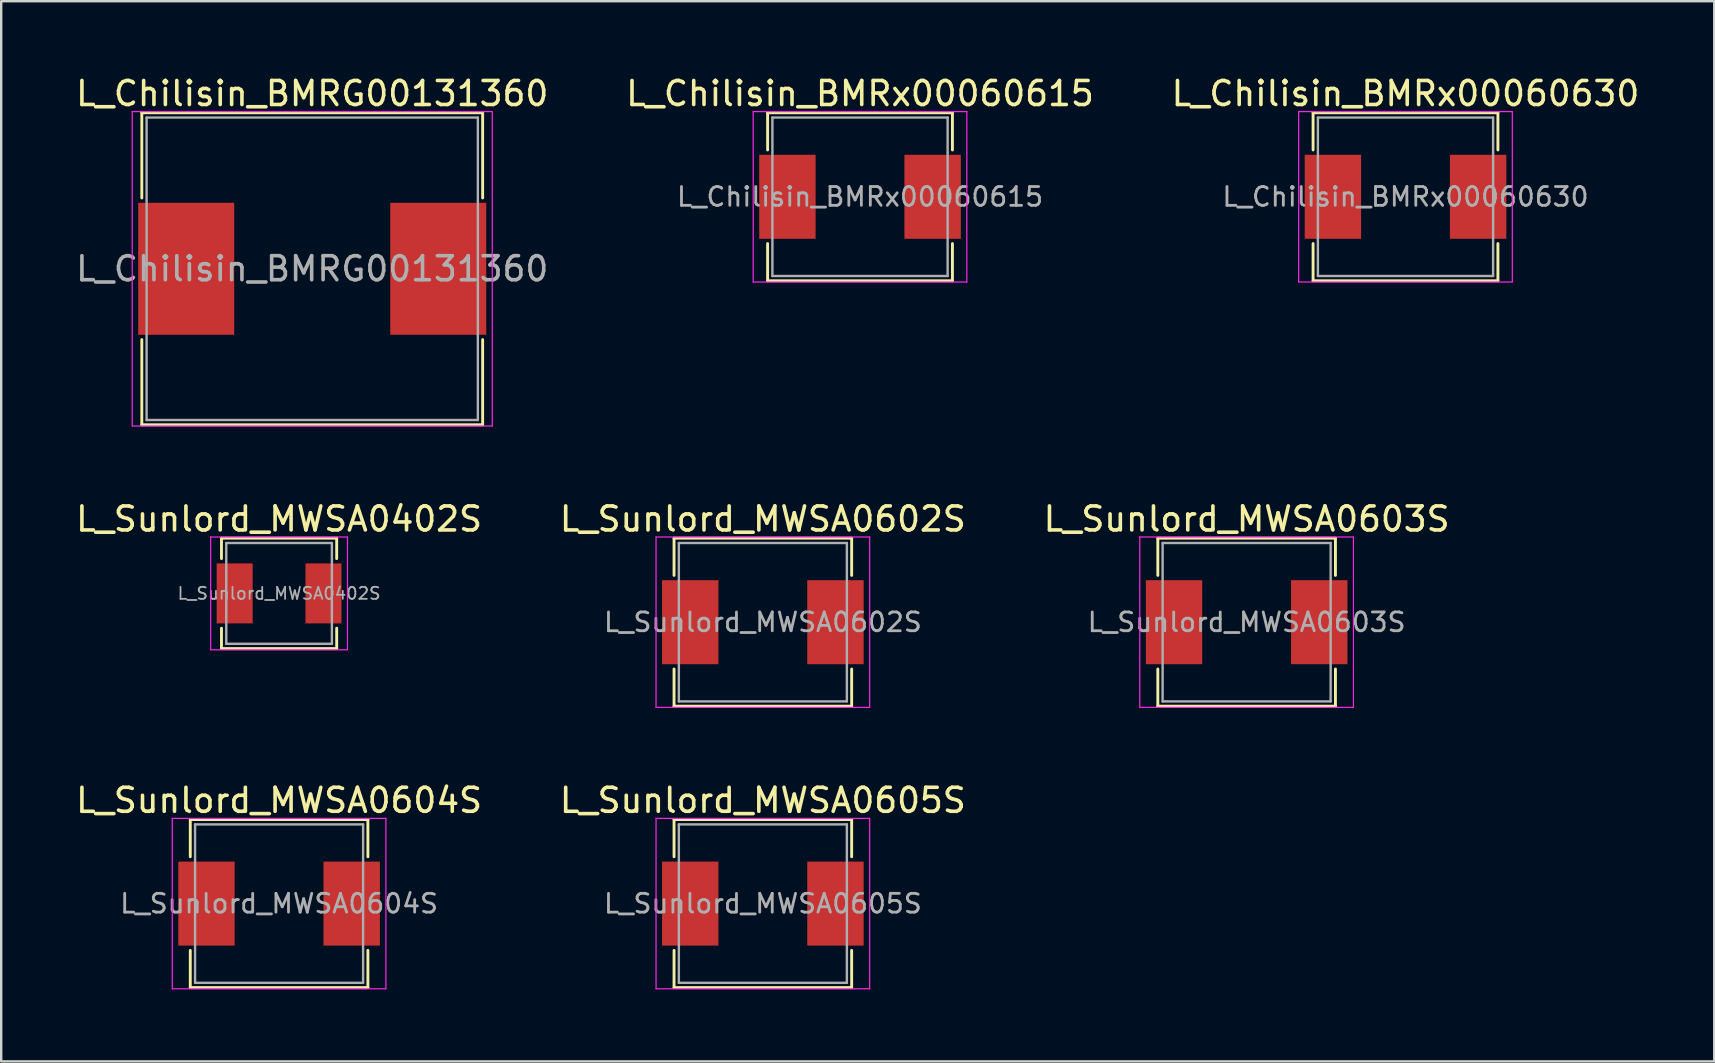
<source format=kicad_pcb>
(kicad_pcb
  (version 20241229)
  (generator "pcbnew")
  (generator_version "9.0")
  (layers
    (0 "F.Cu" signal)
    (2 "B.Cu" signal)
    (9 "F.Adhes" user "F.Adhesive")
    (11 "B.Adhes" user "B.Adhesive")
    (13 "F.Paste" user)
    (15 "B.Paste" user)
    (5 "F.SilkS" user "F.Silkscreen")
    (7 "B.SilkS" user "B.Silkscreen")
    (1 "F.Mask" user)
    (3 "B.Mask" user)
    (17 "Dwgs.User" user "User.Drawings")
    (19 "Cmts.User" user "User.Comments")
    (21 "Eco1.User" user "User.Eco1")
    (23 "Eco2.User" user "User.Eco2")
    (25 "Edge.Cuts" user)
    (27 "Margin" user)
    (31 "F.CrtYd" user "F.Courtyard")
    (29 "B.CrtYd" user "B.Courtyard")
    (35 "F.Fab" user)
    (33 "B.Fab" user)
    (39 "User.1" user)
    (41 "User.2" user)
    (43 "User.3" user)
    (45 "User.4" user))
  (footprint "L_Sunlord_MWSA0605S"
    (layer "F.Cu")
    (at 28.732 34.595)
    (property "Reference" "L_Sunlord_MWSA0605S" (at 0 -4.3 0) (layer "F.SilkS") (effects (font (size 1 1) (thickness 0.15))))
    (attr smd)
    (fp_line (start -3.7 -3.5) (end -3.7 -1.95) (stroke (width 0.12) (type solid)) (layer "F.SilkS"))
    (fp_line (start -3.7 -3.5) (end 3.7 -3.5) (stroke (width 0.12) (type solid)) (layer "F.SilkS"))
    (fp_line (start -3.7 3.5) (end -3.7 1.95) (stroke (width 0.12) (type solid)) (layer "F.SilkS"))
    (fp_line (start -3.7 3.5) (end 3.7 3.5) (stroke (width 0.12) (type solid)) (layer "F.SilkS"))
    (fp_line (start 3.7 -3.5) (end 3.7 -1.95) (stroke (width 0.12) (type solid)) (layer "F.SilkS"))
    (fp_line (start 3.7 3.5) (end 3.7 1.95) (stroke (width 0.12) (type solid)) (layer "F.SilkS"))
    (fp_line (start -4.45 -3.55) (end -4.45 3.55) (stroke (width 0.05) (type solid)) (layer "F.CrtYd"))
    (fp_line (start -4.45 3.55) (end 4.45 3.55) (stroke (width 0.05) (type solid)) (layer "F.CrtYd"))
    (fp_line (start 4.45 -3.55) (end -4.45 -3.55) (stroke (width 0.05) (type solid)) (layer "F.CrtYd"))
    (fp_line (start 4.45 3.55) (end 4.45 -3.55) (stroke (width 0.05) (type solid)) (layer "F.CrtYd"))
    (fp_line (start -3.5 -3.3) (end -3.5 3.3) (stroke (width 0.1) (type solid)) (layer "F.Fab"))
    (fp_line (start -3.5 3.3) (end 3.5 3.3) (stroke (width 0.1) (type solid)) (layer "F.Fab"))
    (fp_line (start 3.5 -3.3) (end -3.5 -3.3) (stroke (width 0.1) (type solid)) (layer "F.Fab"))
    (fp_line (start 3.5 3.3) (end 3.5 -3.3) (stroke (width 0.1) (type solid)) (layer "F.Fab"))
    (fp_text user "${REFERENCE}" (at 0 0 0) (layer "F.Fab") (effects (font (size 0.783 0.783) (thickness 0.117))))
    (pad "1" smd rect (at -3.025 0) (size 2.35 3.5) (layers "F.Cu" "F.Mask" "F.Paste"))
    (pad "2" smd rect (at 3.025 0) (size 2.35 3.5) (layers "F.Cu" "F.Mask" "F.Paste")))
  (footprint "L_Sunlord_MWSA0604S"
    (layer "F.Cu")
    (at 8.577 34.595)
    (property "Reference" "L_Sunlord_MWSA0604S" (at 0 -4.3 0) (layer "F.SilkS") (effects (font (size 1 1) (thickness 0.15))))
    (attr smd)
    (fp_line (start -3.7 -3.5) (end -3.7 -1.95) (stroke (width 0.12) (type solid)) (layer "F.SilkS"))
    (fp_line (start -3.7 -3.5) (end 3.7 -3.5) (stroke (width 0.12) (type solid)) (layer "F.SilkS"))
    (fp_line (start -3.7 3.5) (end -3.7 1.95) (stroke (width 0.12) (type solid)) (layer "F.SilkS"))
    (fp_line (start -3.7 3.5) (end 3.7 3.5) (stroke (width 0.12) (type solid)) (layer "F.SilkS"))
    (fp_line (start 3.7 -3.5) (end 3.7 -1.95) (stroke (width 0.12) (type solid)) (layer "F.SilkS"))
    (fp_line (start 3.7 3.5) (end 3.7 1.95) (stroke (width 0.12) (type solid)) (layer "F.SilkS"))
    (fp_line (start -4.45 -3.55) (end -4.45 3.55) (stroke (width 0.05) (type solid)) (layer "F.CrtYd"))
    (fp_line (start -4.45 3.55) (end 4.45 3.55) (stroke (width 0.05) (type solid)) (layer "F.CrtYd"))
    (fp_line (start 4.45 -3.55) (end -4.45 -3.55) (stroke (width 0.05) (type solid)) (layer "F.CrtYd"))
    (fp_line (start 4.45 3.55) (end 4.45 -3.55) (stroke (width 0.05) (type solid)) (layer "F.CrtYd"))
    (fp_line (start -3.5 -3.3) (end -3.5 3.3) (stroke (width 0.1) (type solid)) (layer "F.Fab"))
    (fp_line (start -3.5 3.3) (end 3.5 3.3) (stroke (width 0.1) (type solid)) (layer "F.Fab"))
    (fp_line (start 3.5 -3.3) (end -3.5 -3.3) (stroke (width 0.1) (type solid)) (layer "F.Fab"))
    (fp_line (start 3.5 3.3) (end 3.5 -3.3) (stroke (width 0.1) (type solid)) (layer "F.Fab"))
    (fp_text user "${REFERENCE}" (at 0 0 0) (layer "F.Fab") (effects (font (size 0.783 0.783) (thickness 0.117))))
    (pad "1" smd rect (at -3.025 0) (size 2.35 3.5) (layers "F.Cu" "F.Mask" "F.Paste"))
    (pad "2" smd rect (at 3.025 0) (size 2.35 3.5) (layers "F.Cu" "F.Mask" "F.Paste")))
  (footprint "L_Chilisin_BMRx00060615"
    (layer "F.Cu")
    (at 32.78 5.148)
    (property "Reference" "L_Chilisin_BMRx00060615" (at 0 -4.3 0) (layer "F.SilkS") (effects (font (size 1 1) (thickness 0.15))))
    (attr smd)
    (fp_line (start -3.85 -3.5) (end -3.85 -1.95) (stroke (width 0.12) (type solid)) (layer "F.SilkS"))
    (fp_line (start -3.85 -3.5) (end 3.85 -3.5) (stroke (width 0.12) (type solid)) (layer "F.SilkS"))
    (fp_line (start -3.85 3.5) (end -3.85 1.95) (stroke (width 0.12) (type solid)) (layer "F.SilkS"))
    (fp_line (start -3.85 3.5) (end 3.85 3.5) (stroke (width 0.12) (type solid)) (layer "F.SilkS"))
    (fp_line (start 3.85 -3.5) (end 3.85 -1.95) (stroke (width 0.12) (type solid)) (layer "F.SilkS"))
    (fp_line (start 3.85 3.5) (end 3.85 1.95) (stroke (width 0.12) (type solid)) (layer "F.SilkS"))
    (fp_line (start -4.45 -3.55) (end -4.45 3.55) (stroke (width 0.05) (type solid)) (layer "F.CrtYd"))
    (fp_line (start -4.45 3.55) (end 4.45 3.55) (stroke (width 0.05) (type solid)) (layer "F.CrtYd"))
    (fp_line (start 4.45 -3.55) (end -4.45 -3.55) (stroke (width 0.05) (type solid)) (layer "F.CrtYd"))
    (fp_line (start 4.45 3.55) (end 4.45 -3.55) (stroke (width 0.05) (type solid)) (layer "F.CrtYd"))
    (fp_line (start -3.65 -3.3) (end -3.65 3.3) (stroke (width 0.1) (type solid)) (layer "F.Fab"))
    (fp_line (start -3.65 3.3) (end 3.65 3.3) (stroke (width 0.1) (type solid)) (layer "F.Fab"))
    (fp_line (start 3.65 -3.3) (end -3.65 -3.3) (stroke (width 0.1) (type solid)) (layer "F.Fab"))
    (fp_line (start 3.65 3.3) (end 3.65 -3.3) (stroke (width 0.1) (type solid)) (layer "F.Fab"))
    (fp_text user "${REFERENCE}" (at 0 0 0) (layer "F.Fab") (effects (font (size 0.783 0.783) (thickness 0.117))))
    (pad "1" smd rect (at -3.025 0) (size 2.35 3.5) (layers "F.Cu" "F.Mask" "F.Paste"))
    (pad "2" smd rect (at 3.025 0) (size 2.35 3.5) (layers "F.Cu" "F.Mask" "F.Paste")))
  (footprint "L_Sunlord_MWSA0402S"
    (layer "F.Cu")
    (at 8.577 21.672)
    (property "Reference" "L_Sunlord_MWSA0402S" (at 0 -3.1 0) (layer "F.SilkS") (effects (font (size 1 1) (thickness 0.15))))
    (attr smd)
    (fp_line (start -2.4 -2.3) (end -2.4 -1.45) (stroke (width 0.12) (type solid)) (layer "F.SilkS"))
    (fp_line (start -2.4 -2.3) (end 2.4 -2.3) (stroke (width 0.12) (type solid)) (layer "F.SilkS"))
    (fp_line (start -2.4 2.3) (end -2.4 1.45) (stroke (width 0.12) (type solid)) (layer "F.SilkS"))
    (fp_line (start -2.4 2.3) (end 2.4 2.3) (stroke (width 0.12) (type solid)) (layer "F.SilkS"))
    (fp_line (start 2.4 -2.3) (end 2.4 -1.45) (stroke (width 0.12) (type solid)) (layer "F.SilkS"))
    (fp_line (start 2.4 2.3) (end 2.4 1.45) (stroke (width 0.12) (type solid)) (layer "F.SilkS"))
    (fp_line (start -2.85 -2.35) (end -2.85 2.35) (stroke (width 0.05) (type solid)) (layer "F.CrtYd"))
    (fp_line (start -2.85 2.35) (end 2.85 2.35) (stroke (width 0.05) (type solid)) (layer "F.CrtYd"))
    (fp_line (start 2.85 -2.35) (end -2.85 -2.35) (stroke (width 0.05) (type solid)) (layer "F.CrtYd"))
    (fp_line (start 2.85 2.35) (end 2.85 -2.35) (stroke (width 0.05) (type solid)) (layer "F.CrtYd"))
    (fp_line (start -2.2 -2.1) (end -2.2 2.1) (stroke (width 0.1) (type solid)) (layer "F.Fab"))
    (fp_line (start -2.2 2.1) (end 2.2 2.1) (stroke (width 0.1) (type solid)) (layer "F.Fab"))
    (fp_line (start 2.2 -2.1) (end -2.2 -2.1) (stroke (width 0.1) (type solid)) (layer "F.Fab"))
    (fp_line (start 2.2 2.1) (end 2.2 -2.1) (stroke (width 0.1) (type solid)) (layer "F.Fab"))
    (fp_text user "${REFERENCE}" (at 0 0 0) (layer "F.Fab") (effects (font (size 0.5 0.5) (thickness 0.075))))
    (pad "1" smd rect (at -1.85 0) (size 1.5 2.5) (layers "F.Cu" "F.Mask" "F.Paste"))
    (pad "2" smd rect (at 1.85 0) (size 1.5 2.5) (layers "F.Cu" "F.Mask" "F.Paste")))
  (footprint "L_Sunlord_MWSA0603S"
    (layer "F.Cu")
    (at 48.887 22.872)
    (property "Reference" "L_Sunlord_MWSA0603S" (at 0 -4.3 0) (layer "F.SilkS") (effects (font (size 1 1) (thickness 0.15))))
    (attr smd)
    (fp_line (start -3.7 -3.5) (end -3.7 -1.95) (stroke (width 0.12) (type solid)) (layer "F.SilkS"))
    (fp_line (start -3.7 -3.5) (end 3.7 -3.5) (stroke (width 0.12) (type solid)) (layer "F.SilkS"))
    (fp_line (start -3.7 3.5) (end -3.7 1.95) (stroke (width 0.12) (type solid)) (layer "F.SilkS"))
    (fp_line (start -3.7 3.5) (end 3.7 3.5) (stroke (width 0.12) (type solid)) (layer "F.SilkS"))
    (fp_line (start 3.7 -3.5) (end 3.7 -1.95) (stroke (width 0.12) (type solid)) (layer "F.SilkS"))
    (fp_line (start 3.7 3.5) (end 3.7 1.95) (stroke (width 0.12) (type solid)) (layer "F.SilkS"))
    (fp_line (start -4.45 -3.55) (end -4.45 3.55) (stroke (width 0.05) (type solid)) (layer "F.CrtYd"))
    (fp_line (start -4.45 3.55) (end 4.45 3.55) (stroke (width 0.05) (type solid)) (layer "F.CrtYd"))
    (fp_line (start 4.45 -3.55) (end -4.45 -3.55) (stroke (width 0.05) (type solid)) (layer "F.CrtYd"))
    (fp_line (start 4.45 3.55) (end 4.45 -3.55) (stroke (width 0.05) (type solid)) (layer "F.CrtYd"))
    (fp_line (start -3.5 -3.3) (end -3.5 3.3) (stroke (width 0.1) (type solid)) (layer "F.Fab"))
    (fp_line (start -3.5 3.3) (end 3.5 3.3) (stroke (width 0.1) (type solid)) (layer "F.Fab"))
    (fp_line (start 3.5 -3.3) (end -3.5 -3.3) (stroke (width 0.1) (type solid)) (layer "F.Fab"))
    (fp_line (start 3.5 3.3) (end 3.5 -3.3) (stroke (width 0.1) (type solid)) (layer "F.Fab"))
    (fp_text user "${REFERENCE}" (at 0 0 0) (layer "F.Fab") (effects (font (size 0.783 0.783) (thickness 0.117))))
    (pad "1" smd rect (at -3.025 0) (size 2.35 3.5) (layers "F.Cu" "F.Mask" "F.Paste"))
    (pad "2" smd rect (at 3.025 0) (size 2.35 3.5) (layers "F.Cu" "F.Mask" "F.Paste")))
  (footprint "L_Chilisin_BMRG00131360"
    (layer "F.Cu")
    (at 9.958 8.148)
    (property "Reference" "L_Chilisin_BMRG00131360" (at 0 -7.3 0) (layer "F.SilkS") (effects (font (size 1 1) (thickness 0.15))))
    (attr smd)
    (fp_line (start -7.1 -6.5) (end -7.1 -2.95) (stroke (width 0.12) (type solid)) (layer "F.SilkS"))
    (fp_line (start -7.1 -6.5) (end 7.1 -6.5) (stroke (width 0.12) (type solid)) (layer "F.SilkS"))
    (fp_line (start -7.1 6.5) (end -7.1 2.95) (stroke (width 0.12) (type solid)) (layer "F.SilkS"))
    (fp_line (start -7.1 6.5) (end 7.1 6.5) (stroke (width 0.12) (type solid)) (layer "F.SilkS"))
    (fp_line (start 7.1 -6.5) (end 7.1 -2.95) (stroke (width 0.12) (type solid)) (layer "F.SilkS"))
    (fp_line (start 7.1 6.5) (end 7.1 2.95) (stroke (width 0.12) (type solid)) (layer "F.SilkS"))
    (fp_line (start -7.5 -6.55) (end -7.5 6.55) (stroke (width 0.05) (type solid)) (layer "F.CrtYd"))
    (fp_line (start -7.5 6.55) (end 7.5 6.55) (stroke (width 0.05) (type solid)) (layer "F.CrtYd"))
    (fp_line (start 7.5 -6.55) (end -7.5 -6.55) (stroke (width 0.05) (type solid)) (layer "F.CrtYd"))
    (fp_line (start 7.5 6.55) (end 7.5 -6.55) (stroke (width 0.05) (type solid)) (layer "F.CrtYd"))
    (fp_line (start -6.9 -6.3) (end -6.9 6.3) (stroke (width 0.1) (type solid)) (layer "F.Fab"))
    (fp_line (start -6.9 6.3) (end 6.9 6.3) (stroke (width 0.1) (type solid)) (layer "F.Fab"))
    (fp_line (start 6.9 -6.3) (end -6.9 -6.3) (stroke (width 0.1) (type solid)) (layer "F.Fab"))
    (fp_line (start 6.9 6.3) (end 6.9 -6.3) (stroke (width 0.1) (type solid)) (layer "F.Fab"))
    (fp_text user "${REFERENCE}" (at 0 0 0) (layer "F.Fab") (effects (font (size 1 1) (thickness 0.15))))
    (pad "1" smd rect (at -5.25 0) (size 4 5.5) (layers "F.Cu" "F.Mask" "F.Paste"))
    (pad "2" smd rect (at 5.25 0) (size 4 5.5) (layers "F.Cu" "F.Mask" "F.Paste")))
  (footprint "L_Sunlord_MWSA0602S"
    (layer "F.Cu")
    (at 28.732 22.872)
    (property "Reference" "L_Sunlord_MWSA0602S" (at 0 -4.3 0) (layer "F.SilkS") (effects (font (size 1 1) (thickness 0.15))))
    (attr smd)
    (fp_line (start -3.7 -3.5) (end -3.7 -1.95) (stroke (width 0.12) (type solid)) (layer "F.SilkS"))
    (fp_line (start -3.7 -3.5) (end 3.7 -3.5) (stroke (width 0.12) (type solid)) (layer "F.SilkS"))
    (fp_line (start -3.7 3.5) (end -3.7 1.95) (stroke (width 0.12) (type solid)) (layer "F.SilkS"))
    (fp_line (start -3.7 3.5) (end 3.7 3.5) (stroke (width 0.12) (type solid)) (layer "F.SilkS"))
    (fp_line (start 3.7 -3.5) (end 3.7 -1.95) (stroke (width 0.12) (type solid)) (layer "F.SilkS"))
    (fp_line (start 3.7 3.5) (end 3.7 1.95) (stroke (width 0.12) (type solid)) (layer "F.SilkS"))
    (fp_line (start -4.45 -3.55) (end -4.45 3.55) (stroke (width 0.05) (type solid)) (layer "F.CrtYd"))
    (fp_line (start -4.45 3.55) (end 4.45 3.55) (stroke (width 0.05) (type solid)) (layer "F.CrtYd"))
    (fp_line (start 4.45 -3.55) (end -4.45 -3.55) (stroke (width 0.05) (type solid)) (layer "F.CrtYd"))
    (fp_line (start 4.45 3.55) (end 4.45 -3.55) (stroke (width 0.05) (type solid)) (layer "F.CrtYd"))
    (fp_line (start -3.5 -3.3) (end -3.5 3.3) (stroke (width 0.1) (type solid)) (layer "F.Fab"))
    (fp_line (start -3.5 3.3) (end 3.5 3.3) (stroke (width 0.1) (type solid)) (layer "F.Fab"))
    (fp_line (start 3.5 -3.3) (end -3.5 -3.3) (stroke (width 0.1) (type solid)) (layer "F.Fab"))
    (fp_line (start 3.5 3.3) (end 3.5 -3.3) (stroke (width 0.1) (type solid)) (layer "F.Fab"))
    (fp_text user "${REFERENCE}" (at 0 0 0) (layer "F.Fab") (effects (font (size 0.783 0.783) (thickness 0.117))))
    (pad "1" smd rect (at -3.025 0) (size 2.35 3.5) (layers "F.Cu" "F.Mask" "F.Paste"))
    (pad "2" smd rect (at 3.025 0) (size 2.35 3.5) (layers "F.Cu" "F.Mask" "F.Paste")))
  (footprint "L_Chilisin_BMRx00060630"
    (layer "F.Cu")
    (at 55.506 5.148)
    (property "Reference" "L_Chilisin_BMRx00060630" (at 0 -4.3 0) (layer "F.SilkS") (effects (font (size 1 1) (thickness 0.15))))
    (attr smd)
    (fp_line (start -3.85 -3.5) (end -3.85 -1.95) (stroke (width 0.12) (type solid)) (layer "F.SilkS"))
    (fp_line (start -3.85 -3.5) (end 3.85 -3.5) (stroke (width 0.12) (type solid)) (layer "F.SilkS"))
    (fp_line (start -3.85 3.5) (end -3.85 1.95) (stroke (width 0.12) (type solid)) (layer "F.SilkS"))
    (fp_line (start -3.85 3.5) (end 3.85 3.5) (stroke (width 0.12) (type solid)) (layer "F.SilkS"))
    (fp_line (start 3.85 -3.5) (end 3.85 -1.95) (stroke (width 0.12) (type solid)) (layer "F.SilkS"))
    (fp_line (start 3.85 3.5) (end 3.85 1.95) (stroke (width 0.12) (type solid)) (layer "F.SilkS"))
    (fp_line (start -4.45 -3.55) (end -4.45 3.55) (stroke (width 0.05) (type solid)) (layer "F.CrtYd"))
    (fp_line (start -4.45 3.55) (end 4.45 3.55) (stroke (width 0.05) (type solid)) (layer "F.CrtYd"))
    (fp_line (start 4.45 -3.55) (end -4.45 -3.55) (stroke (width 0.05) (type solid)) (layer "F.CrtYd"))
    (fp_line (start 4.45 3.55) (end 4.45 -3.55) (stroke (width 0.05) (type solid)) (layer "F.CrtYd"))
    (fp_line (start -3.65 -3.3) (end -3.65 3.3) (stroke (width 0.1) (type solid)) (layer "F.Fab"))
    (fp_line (start -3.65 3.3) (end 3.65 3.3) (stroke (width 0.1) (type solid)) (layer "F.Fab"))
    (fp_line (start 3.65 -3.3) (end -3.65 -3.3) (stroke (width 0.1) (type solid)) (layer "F.Fab"))
    (fp_line (start 3.65 3.3) (end 3.65 -3.3) (stroke (width 0.1) (type solid)) (layer "F.Fab"))
    (fp_text user "${REFERENCE}" (at 0 0 0) (layer "F.Fab") (effects (font (size 0.783 0.783) (thickness 0.117))))
    (pad "1" smd rect (at -3.025 0) (size 2.35 3.5) (layers "F.Cu" "F.Mask" "F.Paste"))
    (pad "2" smd rect (at 3.025 0) (size 2.35 3.5) (layers "F.Cu" "F.Mask" "F.Paste")))
  (gr_rect
    (start -3 -3)
    (end 68.369 41.17)
    (stroke (width 0.1) (type default))
    (fill no)
    (layer "Edge.Cuts")))
</source>
